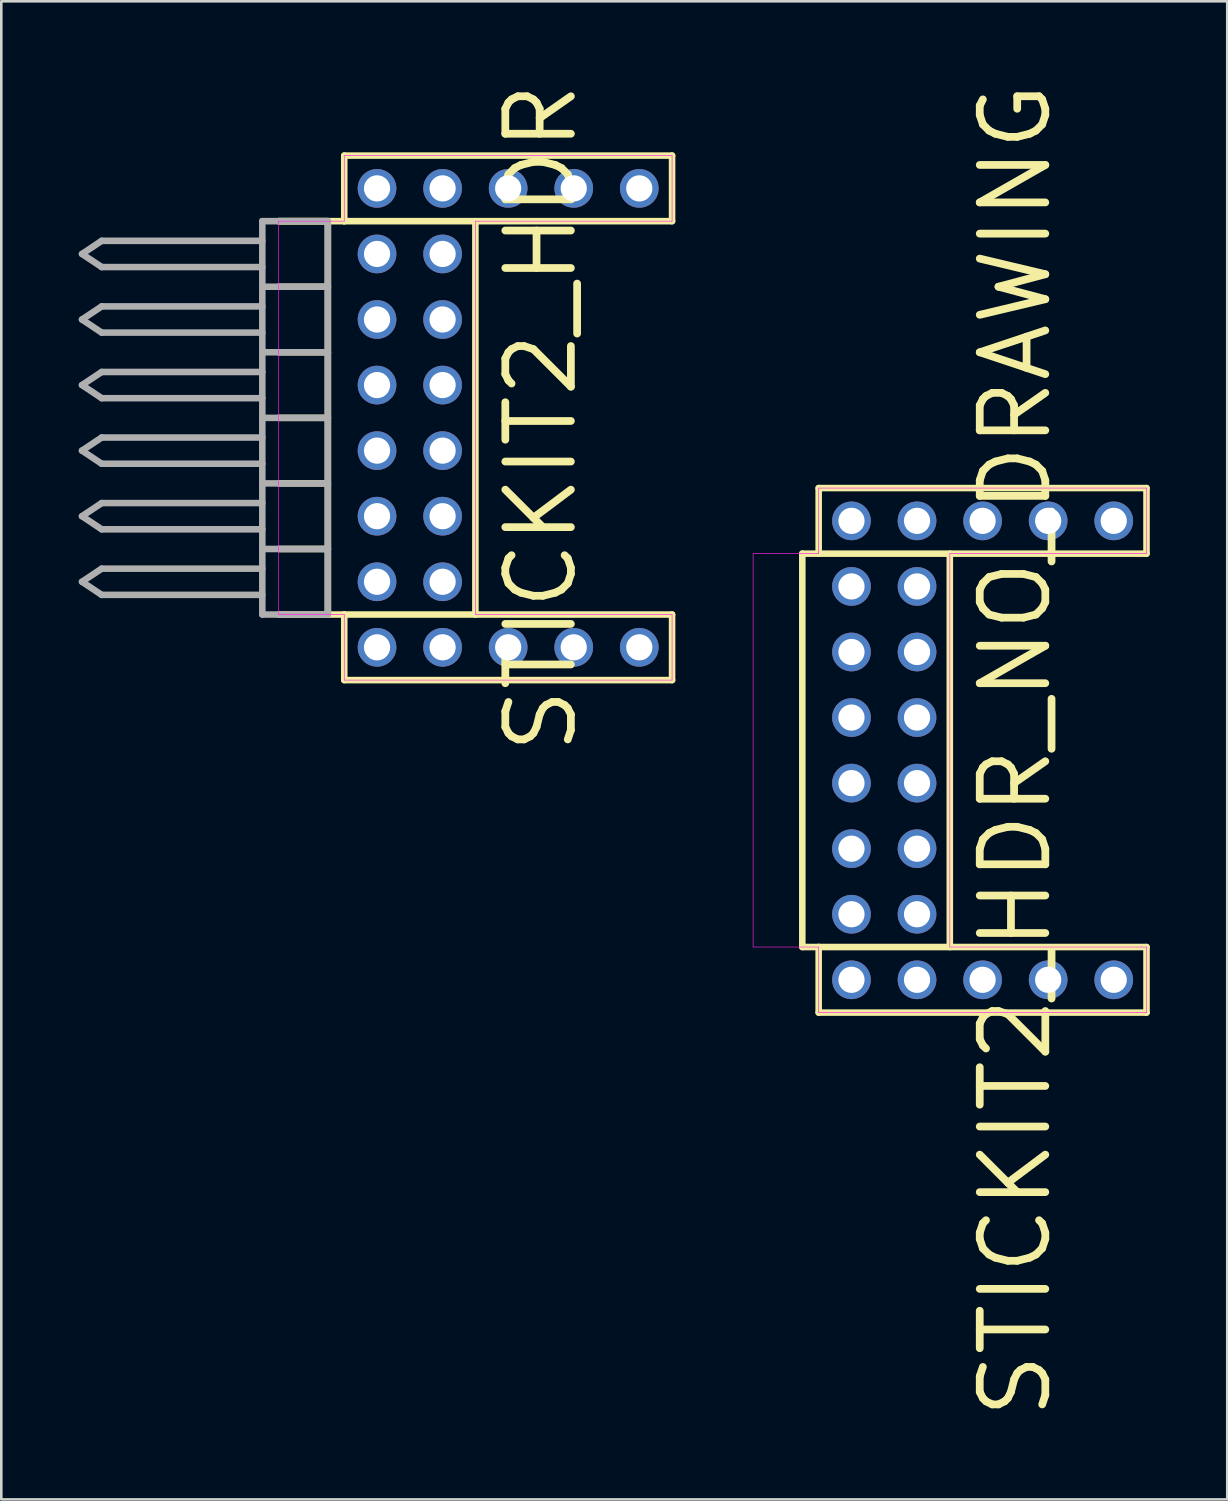
<source format=kicad_pcb>
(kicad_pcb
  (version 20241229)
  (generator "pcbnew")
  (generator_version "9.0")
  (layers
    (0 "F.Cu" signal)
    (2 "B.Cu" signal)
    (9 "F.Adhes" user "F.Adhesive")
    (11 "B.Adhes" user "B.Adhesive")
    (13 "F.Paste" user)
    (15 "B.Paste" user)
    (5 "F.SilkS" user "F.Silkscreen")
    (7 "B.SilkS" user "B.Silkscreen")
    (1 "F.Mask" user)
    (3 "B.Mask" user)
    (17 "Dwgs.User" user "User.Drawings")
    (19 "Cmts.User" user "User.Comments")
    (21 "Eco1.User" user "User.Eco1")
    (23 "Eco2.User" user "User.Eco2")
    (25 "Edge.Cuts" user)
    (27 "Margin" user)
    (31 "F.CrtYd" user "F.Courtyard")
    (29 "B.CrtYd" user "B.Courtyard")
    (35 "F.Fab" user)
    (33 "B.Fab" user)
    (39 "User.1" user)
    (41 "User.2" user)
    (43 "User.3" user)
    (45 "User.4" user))
  (footprint "STICKIT2_HDR_NO_DRAWING"
    (layer "F.Cu")
    (at 31.207 26.019)
    (property "Reference" "STICKIT2_HDR_NO_DRAWING" (at 5.08 0 90) (layer "F.SilkS") (effects (font (size 2.54 2.54) (thickness 0.3))))
    (attr exclude_from_pos_files exclude_from_bom)
    (fp_line (start -3.175 -7.62) (end -3.175 7.62) (stroke (width 0.254) (type solid)) (layer "F.SilkS"))
    (fp_line (start -3.175 -7.62) (end -2.54 -7.62) (stroke (width 0.254) (type solid)) (layer "F.SilkS"))
    (fp_line (start -3.175 7.62) (end -2.54 7.62) (stroke (width 0.254) (type solid)) (layer "F.SilkS"))
    (fp_line (start -2.54 -10.16) (end -2.54 -7.62) (stroke (width 0.254) (type solid)) (layer "F.SilkS"))
    (fp_line (start -2.54 -7.62) (end 10.16 -7.62) (stroke (width 0.254) (type solid)) (layer "F.SilkS"))
    (fp_line (start -2.54 7.62) (end -2.54 10.16) (stroke (width 0.254) (type solid)) (layer "F.SilkS"))
    (fp_line (start -2.54 10.16) (end 10.16 10.16) (stroke (width 0.254) (type solid)) (layer "F.SilkS"))
    (fp_line (start 2.54 -7.62) (end 2.54 7.62) (stroke (width 0.254) (type solid)) (layer "F.SilkS"))
    (fp_line (start 10.16 -10.16) (end -2.54 -10.16) (stroke (width 0.254) (type solid)) (layer "F.SilkS"))
    (fp_line (start 10.16 -7.62) (end 10.16 -10.16) (stroke (width 0.254) (type solid)) (layer "F.SilkS"))
    (fp_line (start 10.16 7.62) (end -2.54 7.62) (stroke (width 0.254) (type solid)) (layer "F.SilkS"))
    (fp_line (start 10.16 10.16) (end 10.16 7.62) (stroke (width 0.254) (type solid)) (layer "F.SilkS"))
    (fp_line (start -5.08 -7.62) (end -2.54 -7.62) (stroke (width 0.025) (type solid)) (layer "F.CrtYd"))
    (fp_line (start -5.08 7.62) (end -5.08 -7.62) (stroke (width 0.025) (type solid)) (layer "F.CrtYd"))
    (fp_line (start -2.54 -10.16) (end 10.16 -10.16) (stroke (width 0.025) (type solid)) (layer "F.CrtYd"))
    (fp_line (start -2.54 -7.62) (end -2.54 -10.16) (stroke (width 0.025) (type solid)) (layer "F.CrtYd"))
    (fp_line (start -2.54 7.62) (end -5.08 7.62) (stroke (width 0.025) (type solid)) (layer "F.CrtYd"))
    (fp_line (start -2.54 10.16) (end -2.54 7.62) (stroke (width 0.025) (type solid)) (layer "F.CrtYd"))
    (fp_line (start 2.54 -7.62) (end 2.54 7.62) (stroke (width 0.025) (type solid)) (layer "F.CrtYd"))
    (fp_line (start 2.54 7.62) (end 10.16 7.62) (stroke (width 0.025) (type solid)) (layer "F.CrtYd"))
    (fp_line (start 10.16 -10.16) (end 10.16 -7.62) (stroke (width 0.025) (type solid)) (layer "F.CrtYd"))
    (fp_line (start 10.16 -7.62) (end 2.54 -7.62) (stroke (width 0.025) (type solid)) (layer "F.CrtYd"))
    (fp_line (start 10.16 7.62) (end 10.16 10.16) (stroke (width 0.025) (type solid)) (layer "F.CrtYd"))
    (fp_line (start 10.16 10.16) (end -2.54 10.16) (stroke (width 0.025) (type solid)) (layer "F.CrtYd"))
    (pad "D0" thru_hole circle (at 1.27 -6.35) (size 1.499 1.499) (drill 1.016) (layers "*.Cu" "*.Mask"))
    (pad "D0" thru_hole circle (at 8.89 -8.89) (size 1.499 1.499) (drill 1.016) (layers "*.Cu" "*.Mask"))
    (pad "D1" thru_hole circle (at -1.27 -6.35 90) (size 1.499 1.499) (drill 1.016) (layers "*.Cu" "*.Mask"))
    (pad "D1" thru_hole circle (at 6.35 -8.89 90) (size 1.499 1.499) (drill 1.016) (layers "*.Cu" "*.Mask"))
    (pad "D2" thru_hole circle (at 1.27 -3.81 90) (size 1.499 1.499) (drill 1.016) (layers "*.Cu" "*.Mask"))
    (pad "D2" thru_hole circle (at 3.81 -8.89 90) (size 1.499 1.499) (drill 1.016) (layers "*.Cu" "*.Mask"))
    (pad "D3" thru_hole circle (at -1.27 -3.81 90) (size 1.499 1.499) (drill 1.016) (layers "*.Cu" "*.Mask"))
    (pad "D3" thru_hole circle (at 1.27 -8.89 90) (size 1.499 1.499) (drill 1.016) (layers "*.Cu" "*.Mask"))
    (pad "D4" thru_hole circle (at 1.27 -1.27 90) (size 1.499 1.499) (drill 1.016) (layers "*.Cu" "*.Mask"))
    (pad "D4" thru_hole circle (at 3.81 8.89 90) (size 1.499 1.499) (drill 1.016) (layers "*.Cu" "*.Mask"))
    (pad "D5" thru_hole circle (at -1.27 -1.27 90) (size 1.499 1.499) (drill 1.016) (layers "*.Cu" "*.Mask"))
    (pad "D5" thru_hole circle (at 1.27 8.89 90) (size 1.499 1.499) (drill 1.016) (layers "*.Cu" "*.Mask"))
    (pad "D6" thru_hole circle (at 1.27 1.27 90) (size 1.499 1.499) (drill 1.016) (layers "*.Cu" "*.Mask"))
    (pad "D6" thru_hole circle (at 8.89 8.89 90) (size 1.499 1.499) (drill 1.016) (layers "*.Cu" "*.Mask"))
    (pad "D7" thru_hole circle (at -1.27 1.27 90) (size 1.499 1.499) (drill 1.016) (layers "*.Cu" "*.Mask"))
    (pad "D7" thru_hole circle (at 6.35 8.89 90) (size 1.499 1.499) (drill 1.016) (layers "*.Cu" "*.Mask"))
    (pad "GND" thru_hole circle (at -1.27 -8.89 90) (size 1.499 1.499) (drill 1.016) (layers "*.Cu" "*.Mask"))
    (pad "GND" thru_hole circle (at -1.27 3.81 90) (size 1.499 1.499) (drill 1.016) (layers "*.Cu" "*.Mask"))
    (pad "GND" thru_hole circle (at 1.27 3.81 90) (size 1.499 1.499) (drill 1.016) (layers "*.Cu" "*.Mask"))
    (pad "VCC" thru_hole circle (at -1.27 6.35 90) (size 1.499 1.499) (drill 1.016) (layers "*.Cu" "*.Mask"))
    (pad "VCC" thru_hole circle (at -1.27 8.89 90) (size 1.499 1.499) (drill 1.016) (layers "*.Cu" "*.Mask"))
    (pad "VCC" thru_hole circle (at 1.27 6.35 90) (size 1.499 1.499) (drill 1.016) (layers "*.Cu" "*.Mask")))
  (footprint "STICKIT2_HDR"
    (layer "F.Cu")
    (at 12.827 13.138)
    (property "Reference" "STICKIT2_HDR" (at 5.08 0 90) (layer "F.SilkS") (effects (font (size 2.54 2.54) (thickness 0.3))))
    (attr exclude_from_pos_files exclude_from_bom)
    (fp_line (start -5.08 -7.62) (end -3.175 -7.62) (stroke (width 0.254) (type solid)) (layer "F.SilkS"))
    (fp_line (start -5.08 -7.62) (end -3.175 -7.62) (stroke (width 0.254) (type solid)) (layer "F.SilkS"))
    (fp_line (start -5.08 -5.08) (end -3.175 -5.08) (stroke (width 0.254) (type solid)) (layer "F.SilkS"))
    (fp_line (start -5.08 -2.54) (end -3.175 -2.54) (stroke (width 0.254) (type solid)) (layer "F.SilkS"))
    (fp_line (start -5.08 0) (end -3.175 0) (stroke (width 0.254) (type solid)) (layer "F.SilkS"))
    (fp_line (start -5.08 2.54) (end -3.175 2.54) (stroke (width 0.254) (type solid)) (layer "F.SilkS"))
    (fp_line (start -5.08 5.08) (end -3.175 5.08) (stroke (width 0.254) (type solid)) (layer "F.SilkS"))
    (fp_line (start -3.175 -7.62) (end -3.175 7.62) (stroke (width 0.254) (type solid)) (layer "F.SilkS"))
    (fp_line (start -3.175 -7.62) (end -2.54 -7.62) (stroke (width 0.254) (type solid)) (layer "F.SilkS"))
    (fp_line (start -3.175 7.62) (end -5.08 7.62) (stroke (width 0.254) (type solid)) (layer "F.SilkS"))
    (fp_line (start -3.175 7.62) (end -2.54 7.62) (stroke (width 0.254) (type solid)) (layer "F.SilkS"))
    (fp_line (start -2.54 -10.16) (end -2.54 -7.62) (stroke (width 0.254) (type solid)) (layer "F.SilkS"))
    (fp_line (start -2.54 -7.62) (end 10.16 -7.62) (stroke (width 0.254) (type solid)) (layer "F.SilkS"))
    (fp_line (start -2.54 7.62) (end -2.54 10.16) (stroke (width 0.254) (type solid)) (layer "F.SilkS"))
    (fp_line (start -2.54 10.16) (end 10.16 10.16) (stroke (width 0.254) (type solid)) (layer "F.SilkS"))
    (fp_line (start 2.54 -7.62) (end 2.54 7.62) (stroke (width 0.254) (type solid)) (layer "F.SilkS"))
    (fp_line (start 10.16 -10.16) (end -2.54 -10.16) (stroke (width 0.254) (type solid)) (layer "F.SilkS"))
    (fp_line (start 10.16 -7.62) (end 10.16 -10.16) (stroke (width 0.254) (type solid)) (layer "F.SilkS"))
    (fp_line (start 10.16 7.62) (end -2.54 7.62) (stroke (width 0.254) (type solid)) (layer "F.SilkS"))
    (fp_line (start 10.16 10.16) (end 10.16 7.62) (stroke (width 0.254) (type solid)) (layer "F.SilkS"))
    (fp_line (start -5.08 -7.62) (end -2.54 -7.62) (stroke (width 0.025) (type solid)) (layer "F.CrtYd"))
    (fp_line (start -5.08 7.62) (end -5.08 -7.62) (stroke (width 0.025) (type solid)) (layer "F.CrtYd"))
    (fp_line (start -2.54 -10.16) (end 10.16 -10.16) (stroke (width 0.025) (type solid)) (layer "F.CrtYd"))
    (fp_line (start -2.54 -7.62) (end -2.54 -10.16) (stroke (width 0.025) (type solid)) (layer "F.CrtYd"))
    (fp_line (start -2.54 7.62) (end -5.08 7.62) (stroke (width 0.025) (type solid)) (layer "F.CrtYd"))
    (fp_line (start -2.54 10.16) (end -2.54 7.62) (stroke (width 0.025) (type solid)) (layer "F.CrtYd"))
    (fp_line (start 2.54 -7.62) (end 2.54 7.62) (stroke (width 0.025) (type solid)) (layer "F.CrtYd"))
    (fp_line (start 2.54 7.62) (end 10.16 7.62) (stroke (width 0.025) (type solid)) (layer "F.CrtYd"))
    (fp_line (start 10.16 -10.16) (end 10.16 -7.62) (stroke (width 0.025) (type solid)) (layer "F.CrtYd"))
    (fp_line (start 10.16 -7.62) (end 2.54 -7.62) (stroke (width 0.025) (type solid)) (layer "F.CrtYd"))
    (fp_line (start 10.16 7.62) (end 10.16 10.16) (stroke (width 0.025) (type solid)) (layer "F.CrtYd"))
    (fp_line (start 10.16 10.16) (end -2.54 10.16) (stroke (width 0.025) (type solid)) (layer "F.CrtYd"))
    (fp_line (start -12.7 -6.35) (end -11.938 -5.842) (stroke (width 0.254) (type solid)) (layer "F.Fab"))
    (fp_line (start -12.7 -3.81) (end -11.938 -3.302) (stroke (width 0.254) (type solid)) (layer "F.Fab"))
    (fp_line (start -12.7 -1.27) (end -11.938 -0.762) (stroke (width 0.254) (type solid)) (layer "F.Fab"))
    (fp_line (start -12.7 1.27) (end -11.938 1.778) (stroke (width 0.254) (type solid)) (layer "F.Fab"))
    (fp_line (start -12.7 3.81) (end -11.938 4.318) (stroke (width 0.254) (type solid)) (layer "F.Fab"))
    (fp_line (start -12.7 6.35) (end -11.938 6.858) (stroke (width 0.254) (type solid)) (layer "F.Fab"))
    (fp_line (start -11.938 -6.858) (end -12.7 -6.35) (stroke (width 0.254) (type solid)) (layer "F.Fab"))
    (fp_line (start -11.938 -5.842) (end -5.715 -5.842) (stroke (width 0.254) (type solid)) (layer "F.Fab"))
    (fp_line (start -11.938 -4.318) (end -12.7 -3.81) (stroke (width 0.254) (type solid)) (layer "F.Fab"))
    (fp_line (start -11.938 -3.302) (end -5.715 -3.302) (stroke (width 0.254) (type solid)) (layer "F.Fab"))
    (fp_line (start -11.938 -1.778) (end -12.7 -1.27) (stroke (width 0.254) (type solid)) (layer "F.Fab"))
    (fp_line (start -11.938 -0.762) (end -5.715 -0.762) (stroke (width 0.254) (type solid)) (layer "F.Fab"))
    (fp_line (start -11.938 0.762) (end -12.7 1.27) (stroke (width 0.254) (type solid)) (layer "F.Fab"))
    (fp_line (start -11.938 1.778) (end -5.715 1.778) (stroke (width 0.254) (type solid)) (layer "F.Fab"))
    (fp_line (start -11.938 3.302) (end -12.7 3.81) (stroke (width 0.254) (type solid)) (layer "F.Fab"))
    (fp_line (start -11.938 4.318) (end -5.715 4.318) (stroke (width 0.254) (type solid)) (layer "F.Fab"))
    (fp_line (start -11.938 5.842) (end -12.7 6.35) (stroke (width 0.254) (type solid)) (layer "F.Fab"))
    (fp_line (start -11.938 6.858) (end -5.715 6.858) (stroke (width 0.254) (type solid)) (layer "F.Fab"))
    (fp_line (start -5.715 -7.62) (end -5.715 7.62) (stroke (width 0.254) (type solid)) (layer "F.Fab"))
    (fp_line (start -5.715 -7.62) (end -3.175 -7.62) (stroke (width 0.254) (type solid)) (layer "F.Fab"))
    (fp_line (start -5.715 -6.858) (end -11.938 -6.858) (stroke (width 0.254) (type solid)) (layer "F.Fab"))
    (fp_line (start -5.715 -5.08) (end -3.175 -5.08) (stroke (width 0.254) (type solid)) (layer "F.Fab"))
    (fp_line (start -5.715 -4.318) (end -11.938 -4.318) (stroke (width 0.254) (type solid)) (layer "F.Fab"))
    (fp_line (start -5.715 -2.54) (end -3.175 -2.54) (stroke (width 0.254) (type solid)) (layer "F.Fab"))
    (fp_line (start -5.715 -1.778) (end -11.938 -1.778) (stroke (width 0.254) (type solid)) (layer "F.Fab"))
    (fp_line (start -5.715 0) (end -3.175 0) (stroke (width 0.254) (type solid)) (layer "F.Fab"))
    (fp_line (start -5.715 0.762) (end -11.938 0.762) (stroke (width 0.254) (type solid)) (layer "F.Fab"))
    (fp_line (start -5.715 2.54) (end -3.175 2.54) (stroke (width 0.254) (type solid)) (layer "F.Fab"))
    (fp_line (start -5.715 3.302) (end -11.938 3.302) (stroke (width 0.254) (type solid)) (layer "F.Fab"))
    (fp_line (start -5.715 5.08) (end -3.175 5.08) (stroke (width 0.254) (type solid)) (layer "F.Fab"))
    (fp_line (start -5.715 5.842) (end -11.938 5.842) (stroke (width 0.254) (type solid)) (layer "F.Fab"))
    (fp_line (start -5.715 7.62) (end -3.175 7.62) (stroke (width 0.254) (type solid)) (layer "F.Fab"))
    (fp_line (start -3.175 -7.62) (end -3.175 7.62) (stroke (width 0.254) (type solid)) (layer "F.Fab"))
    (pad "D0" thru_hole circle (at 1.27 -6.35) (size 1.499 1.499) (drill 1.016) (layers "*.Cu" "*.Mask"))
    (pad "D0" thru_hole circle (at 8.89 -8.89) (size 1.499 1.499) (drill 1.016) (layers "*.Cu" "*.Mask"))
    (pad "D1" thru_hole circle (at -1.27 -6.35 90) (size 1.499 1.499) (drill 1.016) (layers "*.Cu" "*.Mask"))
    (pad "D1" thru_hole circle (at 6.35 -8.89 90) (size 1.499 1.499) (drill 1.016) (layers "*.Cu" "*.Mask"))
    (pad "D2" thru_hole circle (at 1.27 -3.81 90) (size 1.499 1.499) (drill 1.016) (layers "*.Cu" "*.Mask"))
    (pad "D2" thru_hole circle (at 3.81 -8.89 90) (size 1.499 1.499) (drill 1.016) (layers "*.Cu" "*.Mask"))
    (pad "D3" thru_hole circle (at -1.27 -3.81 90) (size 1.499 1.499) (drill 1.016) (layers "*.Cu" "*.Mask"))
    (pad "D3" thru_hole circle (at 1.27 -8.89 90) (size 1.499 1.499) (drill 1.016) (layers "*.Cu" "*.Mask"))
    (pad "D4" thru_hole circle (at 1.27 -1.27 90) (size 1.499 1.499) (drill 1.016) (layers "*.Cu" "*.Mask"))
    (pad "D4" thru_hole circle (at 3.81 8.89 90) (size 1.499 1.499) (drill 1.016) (layers "*.Cu" "*.Mask"))
    (pad "D5" thru_hole circle (at -1.27 -1.27 90) (size 1.499 1.499) (drill 1.016) (layers "*.Cu" "*.Mask"))
    (pad "D5" thru_hole circle (at 1.27 8.89 90) (size 1.499 1.499) (drill 1.016) (layers "*.Cu" "*.Mask"))
    (pad "D6" thru_hole circle (at 1.27 1.27 90) (size 1.499 1.499) (drill 1.016) (layers "*.Cu" "*.Mask"))
    (pad "D6" thru_hole circle (at 8.89 8.89 90) (size 1.499 1.499) (drill 1.016) (layers "*.Cu" "*.Mask"))
    (pad "D7" thru_hole circle (at -1.27 1.27 90) (size 1.499 1.499) (drill 1.016) (layers "*.Cu" "*.Mask"))
    (pad "D7" thru_hole circle (at 6.35 8.89 90) (size 1.499 1.499) (drill 1.016) (layers "*.Cu" "*.Mask"))
    (pad "GND" thru_hole circle (at -1.27 -8.89 90) (size 1.499 1.499) (drill 1.016) (layers "*.Cu" "*.Mask"))
    (pad "GND" thru_hole circle (at -1.27 3.81 90) (size 1.499 1.499) (drill 1.016) (layers "*.Cu" "*.Mask"))
    (pad "GND" thru_hole circle (at 1.27 3.81 90) (size 1.499 1.499) (drill 1.016) (layers "*.Cu" "*.Mask"))
    (pad "VCC" thru_hole circle (at -1.27 6.35 90) (size 1.499 1.499) (drill 1.016) (layers "*.Cu" "*.Mask"))
    (pad "VCC" thru_hole circle (at -1.27 8.89 90) (size 1.499 1.499) (drill 1.016) (layers "*.Cu" "*.Mask"))
    (pad "VCC" thru_hole circle (at 1.27 6.35 90) (size 1.499 1.499) (drill 1.016) (layers "*.Cu" "*.Mask")))
  (gr_rect
    (start -3 -3)
    (end 44.494 55.039)
    (stroke (width 0.1) (type default))
    (fill no)
    (layer "Edge.Cuts")))
</source>
